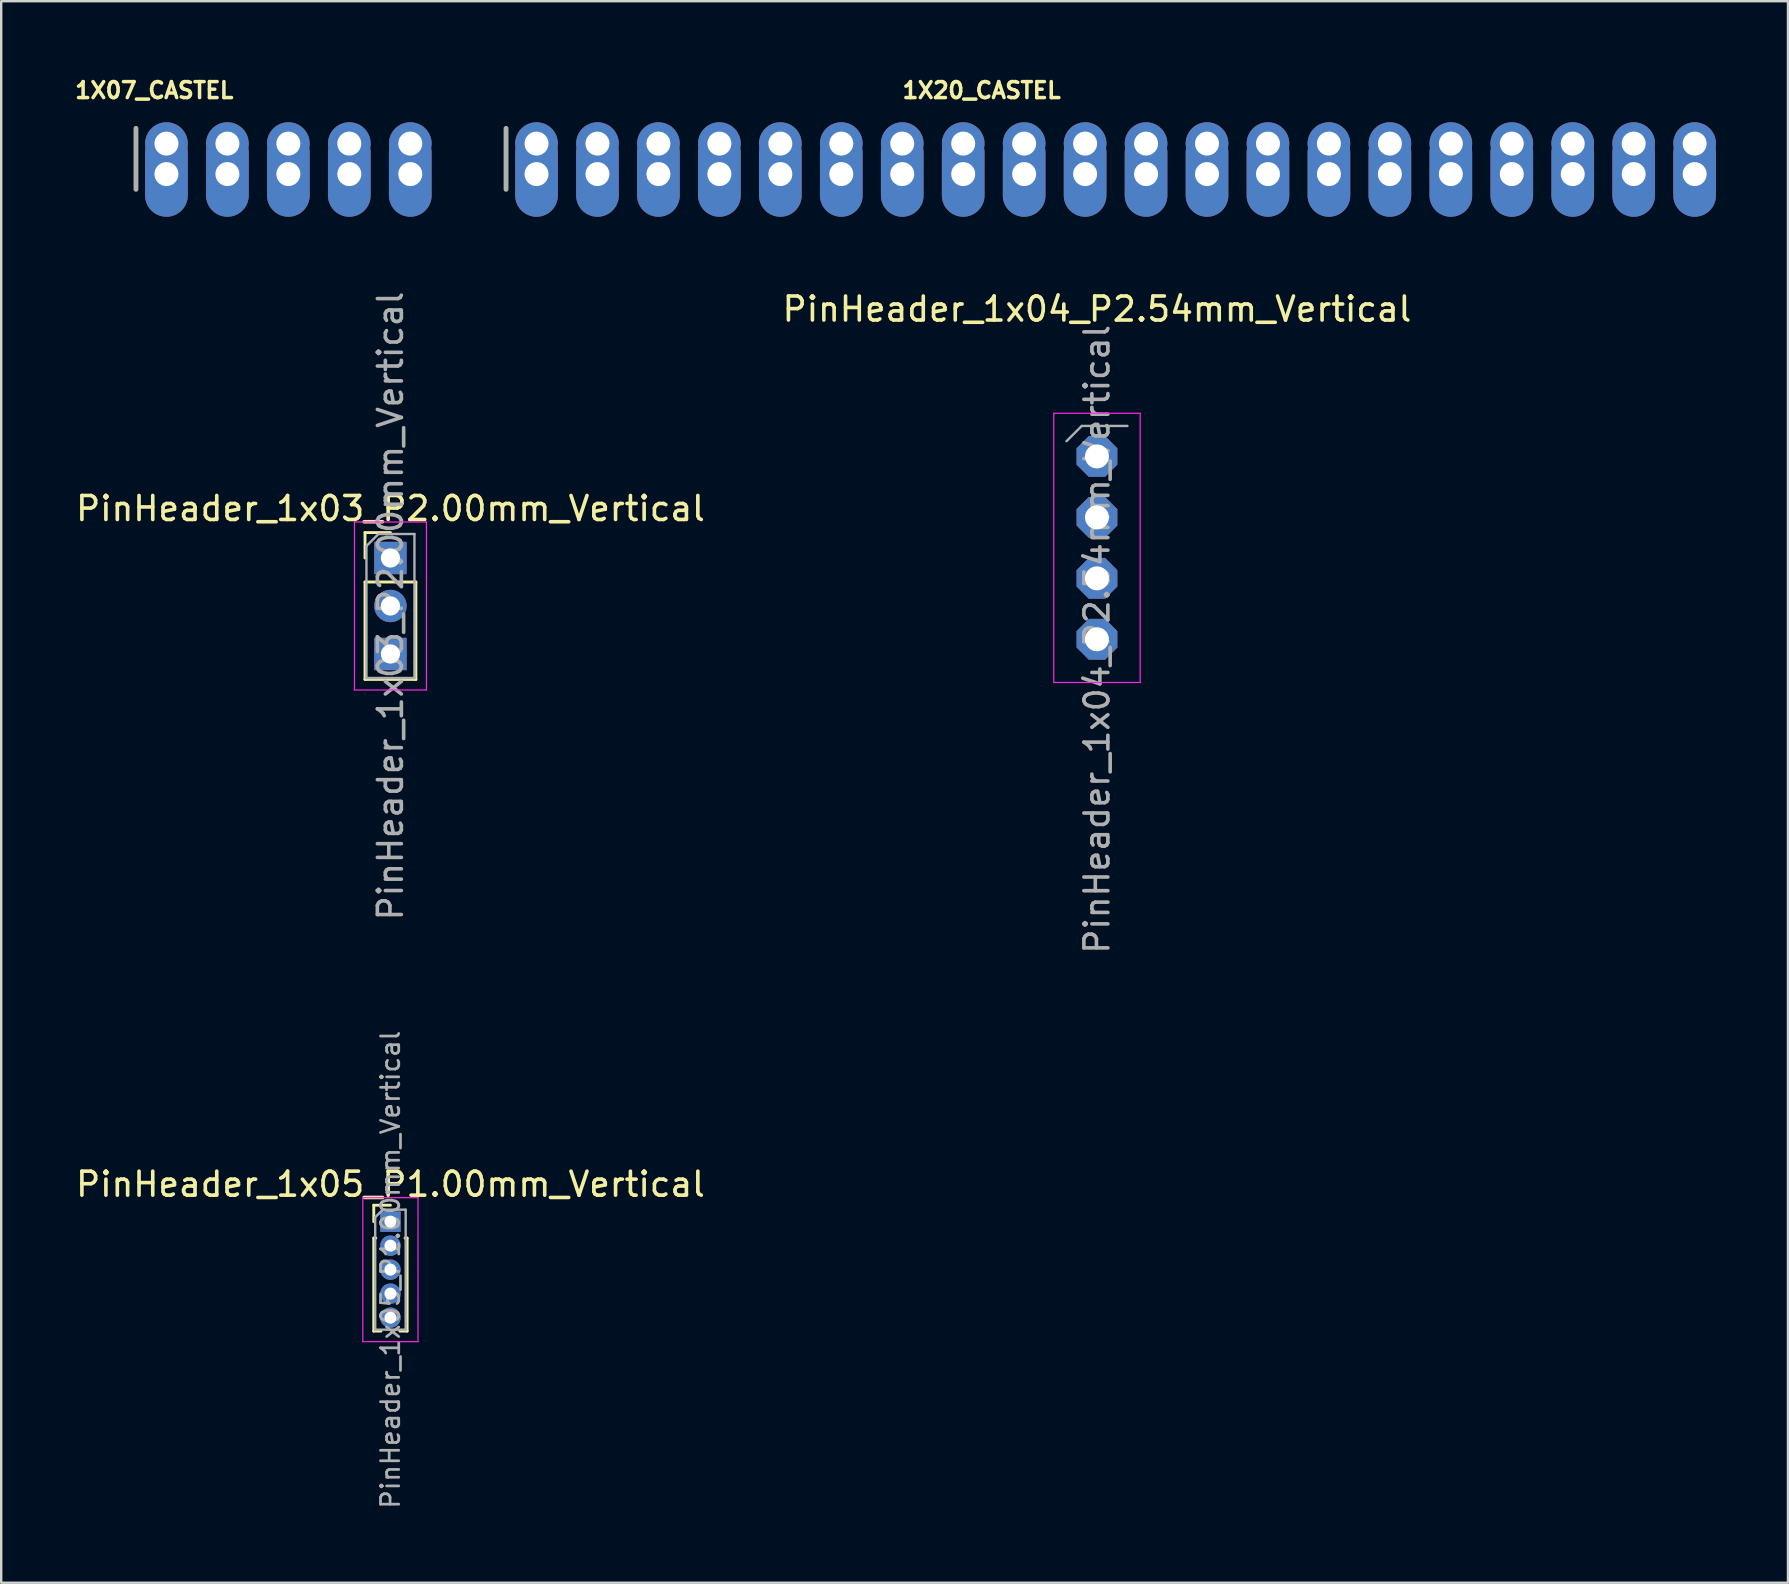
<source format=kicad_pcb>
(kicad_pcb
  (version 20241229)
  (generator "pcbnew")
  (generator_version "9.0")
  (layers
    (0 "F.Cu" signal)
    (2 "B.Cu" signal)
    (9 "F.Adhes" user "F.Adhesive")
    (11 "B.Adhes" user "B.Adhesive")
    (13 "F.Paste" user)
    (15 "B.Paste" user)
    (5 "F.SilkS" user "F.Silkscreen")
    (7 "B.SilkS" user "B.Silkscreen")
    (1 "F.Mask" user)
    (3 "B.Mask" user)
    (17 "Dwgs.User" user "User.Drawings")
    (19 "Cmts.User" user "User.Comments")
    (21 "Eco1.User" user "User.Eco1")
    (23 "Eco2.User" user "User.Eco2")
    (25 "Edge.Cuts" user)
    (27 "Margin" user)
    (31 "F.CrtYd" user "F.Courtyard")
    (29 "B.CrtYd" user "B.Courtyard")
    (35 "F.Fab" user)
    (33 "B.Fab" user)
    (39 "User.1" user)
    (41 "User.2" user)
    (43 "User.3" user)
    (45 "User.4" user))
  (footprint "1X07_CASTEL"
    (layer "F.Cu")
    (at 8.966 2.934)
    (property "Reference" "1X07_CASTEL" (at -8.966 -1.829 0) (unlocked yes) (layer "F.SilkS") (effects (font (size 0.666 0.666) (thickness 0.146)) (justify left bottom)))
    (fp_line (start -6.35 -0.635) (end -6.35 1.905) (stroke (width 0.203) (type solid)) (layer "F.Fab"))
    (fp_poly (pts (xy -5.334 0.254) (xy -4.826 0.254) (xy -4.826 -0.254) (xy -5.334 -0.254)) (stroke (width 0.1) (type default)) (fill no) (layer "F.Fab"))
    (fp_poly (pts (xy -5.334 1.524) (xy -4.826 1.524) (xy -4.826 1.016) (xy -5.334 1.016)) (stroke (width 0.1) (type default)) (fill no) (layer "F.Fab"))
    (fp_poly (pts (xy -2.794 0.254) (xy -2.286 0.254) (xy -2.286 -0.254) (xy -2.794 -0.254)) (stroke (width 0.1) (type default)) (fill no) (layer "F.Fab"))
    (fp_poly (pts (xy -2.794 1.524) (xy -2.286 1.524) (xy -2.286 1.016) (xy -2.794 1.016)) (stroke (width 0.1) (type default)) (fill no) (layer "F.Fab"))
    (fp_poly (pts (xy -0.254 0.254) (xy 0.254 0.254) (xy 0.254 -0.254) (xy -0.254 -0.254)) (stroke (width 0.1) (type default)) (fill no) (layer "F.Fab"))
    (fp_poly (pts (xy -0.254 1.524) (xy 0.254 1.524) (xy 0.254 1.016) (xy -0.254 1.016)) (stroke (width 0.1) (type default)) (fill no) (layer "F.Fab"))
    (fp_poly (pts (xy 2.286 0.254) (xy 2.794 0.254) (xy 2.794 -0.254) (xy 2.286 -0.254)) (stroke (width 0.1) (type default)) (fill no) (layer "F.Fab"))
    (fp_poly (pts (xy 2.286 1.524) (xy 2.794 1.524) (xy 2.794 1.016) (xy 2.286 1.016)) (stroke (width 0.1) (type default)) (fill no) (layer "F.Fab"))
    (fp_poly (pts (xy 4.826 0.254) (xy 5.334 0.254) (xy 5.334 -0.254) (xy 4.826 -0.254)) (stroke (width 0.1) (type default)) (fill no) (layer "F.Fab"))
    (fp_poly (pts (xy 4.826 1.524) (xy 5.334 1.524) (xy 5.334 1.016) (xy 4.826 1.016)) (stroke (width 0.1) (type default)) (fill no) (layer "F.Fab"))
    (pad "1" thru_hole circle (at -5.08 0 90) (size 1.778 1.778) (drill 1) (layers "*.Cu" "*.Mask"))
    (pad "1" thru_hole oval (at -5.08 1.27 90) (size 3.556 1.778) (drill 1) (layers "*.Cu" "*.Mask"))
    (pad "2" thru_hole circle (at -2.54 0 90) (size 1.778 1.778) (drill 1) (layers "*.Cu" "*.Mask"))
    (pad "2" thru_hole oval (at -2.54 1.27 90) (size 3.556 1.778) (drill 1) (layers "*.Cu" "*.Mask"))
    (pad "3" thru_hole circle (at 0 0 90) (size 1.778 1.778) (drill 1) (layers "*.Cu" "*.Mask"))
    (pad "3" thru_hole oval (at 0 1.27 90) (size 3.556 1.778) (drill 1) (layers "*.Cu" "*.Mask"))
    (pad "4" thru_hole circle (at 2.54 0 90) (size 1.778 1.778) (drill 1) (layers "*.Cu" "*.Mask"))
    (pad "4" thru_hole oval (at 2.54 1.27 90) (size 3.556 1.778) (drill 1) (layers "*.Cu" "*.Mask"))
    (pad "5" thru_hole circle (at 5.08 0 90) (size 1.778 1.778) (drill 1) (layers "*.Cu" "*.Mask"))
    (pad "5" thru_hole oval (at 5.08 1.27 90) (size 3.556 1.778) (drill 1) (layers "*.Cu" "*.Mask")))
  (footprint "PinHeader_1x03_P2.00mm_Vertical"
    (layer "F.Cu")
    (at 13.22 22.202)
    (property "Reference" "PinHeader_1x03_P2.00mm_Vertical" (at 0 -4.06 0) (layer "F.SilkS") (effects (font (size 1 1) (thickness 0.15))))
    (attr through_hole)
    (fp_line (start -1.06 -3.06) (end 0 -3.06) (stroke (width 0.12) (type solid)) (layer "F.SilkS"))
    (fp_line (start -1.06 -2) (end -1.06 -3.06) (stroke (width 0.12) (type solid)) (layer "F.SilkS"))
    (fp_line (start -1.06 -1) (end -1.06 3.06) (stroke (width 0.12) (type solid)) (layer "F.SilkS"))
    (fp_line (start -1.06 -1) (end 1.06 -1) (stroke (width 0.12) (type solid)) (layer "F.SilkS"))
    (fp_line (start -1.06 3.06) (end 1.06 3.06) (stroke (width 0.12) (type solid)) (layer "F.SilkS"))
    (fp_line (start 1.06 -1) (end 1.06 3.06) (stroke (width 0.12) (type solid)) (layer "F.SilkS"))
    (fp_line (start -1.5 -3.5) (end -1.5 3.5) (stroke (width 0.05) (type solid)) (layer "F.CrtYd"))
    (fp_line (start -1.5 3.5) (end 1.5 3.5) (stroke (width 0.05) (type solid)) (layer "F.CrtYd"))
    (fp_line (start 1.5 -3.5) (end -1.5 -3.5) (stroke (width 0.05) (type solid)) (layer "F.CrtYd"))
    (fp_line (start 1.5 3.5) (end 1.5 -3.5) (stroke (width 0.05) (type solid)) (layer "F.CrtYd"))
    (fp_line (start -1 -2.5) (end -0.5 -3) (stroke (width 0.1) (type solid)) (layer "F.Fab"))
    (fp_line (start -1 3) (end -1 -2.5) (stroke (width 0.1) (type solid)) (layer "F.Fab"))
    (fp_line (start -0.5 -3) (end 1 -3) (stroke (width 0.1) (type solid)) (layer "F.Fab"))
    (fp_line (start 1 -3) (end 1 3) (stroke (width 0.1) (type solid)) (layer "F.Fab"))
    (fp_line (start 1 3) (end -1 3) (stroke (width 0.1) (type solid)) (layer "F.Fab"))
    (fp_text user "${REFERENCE}" (at 0 0 90) (layer "F.Fab") (effects (font (size 1 1) (thickness 0.15))))
    (pad "1" thru_hole rect (at 0 -2) (size 1.35 1.35) (drill 0.8) (layers "*.Cu" "*.Mask"))
    (pad "2" thru_hole oval (at 0 0) (size 1.35 1.35) (drill 0.8) (layers "*.Cu" "*.Mask"))
    (pad "3" thru_hole rect (at 0 2) (size 1.35 1.35) (drill 0.8) (layers "*.Cu" "*.Mask")))
  (footprint "PinHeader_1x04_P2.54mm_Vertical"
    (layer "F.Cu")
    (at 42.661 19.78)
    (property "Reference" "PinHeader_1x04_P2.54mm_Vertical" (at 0 -9.95 0) (layer "F.SilkS") (effects (font (size 1 1) (thickness 0.15))))
    (attr through_hole)
    (fp_line (start -1.8 -5.61) (end -1.8 5.61) (stroke (width 0.05) (type solid)) (layer "F.CrtYd"))
    (fp_line (start 1.8 -5.61) (end -1.8 -5.61) (stroke (width 0.05) (type solid)) (layer "F.CrtYd"))
    (fp_line (start 1.8 5.61) (end -1.8 5.61) (stroke (width 0.05) (type solid)) (layer "F.CrtYd"))
    (fp_line (start 1.8 5.61) (end 1.8 -5.61) (stroke (width 0.05) (type solid)) (layer "F.CrtYd"))
    (fp_line (start -1.27 -4.445) (end -0.635 -5.08) (stroke (width 0.1) (type solid)) (layer "F.Fab"))
    (fp_line (start -0.635 -5.08) (end 1.27 -5.08) (stroke (width 0.1) (type solid)) (layer "F.Fab"))
    (fp_text user "${REFERENCE}" (at 0 3.81 90) (layer "F.Fab") (effects (font (size 1 1) (thickness 0.15))))
    (pad "1" thru_hole roundrect (at 0 -3.81) (size 1.7 1.7) (drill 1) (layers "*.Cu" "*.Mask") (roundrect_rratio 0) (chamfer_ratio 0.3) (chamfer top_left top_right bottom_left bottom_right))
    (pad "2" thru_hole roundrect (at 0 -1.27) (size 1.7 1.7) (drill 1) (layers "*.Cu" "*.Mask") (roundrect_rratio 0) (chamfer_ratio 0.3) (chamfer top_left top_right bottom_left bottom_right))
    (pad "3" thru_hole roundrect (at 0 1.27) (size 1.7 1.7) (drill 1) (layers "*.Cu" "*.Mask") (roundrect_rratio 0) (chamfer_ratio 0.3) (chamfer top_left top_right bottom_left bottom_right))
    (pad "4" thru_hole roundrect (at 0 3.81) (size 1.7 1.7) (drill 1) (layers "*.Cu" "*.Mask") (roundrect_rratio 0) (chamfer_ratio 0.3) (chamfer top_left top_right bottom_left bottom_right)))
  (footprint "PinHeader_1x05_P1.00mm_Vertical"
    (layer "F.Cu")
    (at 13.22 49.858)
    (property "Reference" "PinHeader_1x05_P1.00mm_Vertical" (at 0 -3.56 0) (layer "F.SilkS") (effects (font (size 1 1) (thickness 0.15))))
    (attr through_hole)
    (fp_line (start -0.695 -2.685) (end 0 -2.685) (stroke (width 0.12) (type solid)) (layer "F.SilkS"))
    (fp_line (start -0.695 -2) (end -0.695 -2.685) (stroke (width 0.12) (type solid)) (layer "F.SilkS"))
    (fp_line (start -0.695 -1.315) (end -0.695 2.56) (stroke (width 0.12) (type solid)) (layer "F.SilkS"))
    (fp_line (start -0.695 -1.315) (end -0.608 -1.315) (stroke (width 0.12) (type solid)) (layer "F.SilkS"))
    (fp_line (start -0.695 2.56) (end -0.394 2.56) (stroke (width 0.12) (type solid)) (layer "F.SilkS"))
    (fp_line (start 0.394 2.56) (end 0.695 2.56) (stroke (width 0.12) (type solid)) (layer "F.SilkS"))
    (fp_line (start 0.608 -1.315) (end 0.695 -1.315) (stroke (width 0.12) (type solid)) (layer "F.SilkS"))
    (fp_line (start 0.695 -1.315) (end 0.695 2.56) (stroke (width 0.12) (type solid)) (layer "F.SilkS"))
    (fp_line (start -1.15 -3) (end -1.15 3) (stroke (width 0.05) (type solid)) (layer "F.CrtYd"))
    (fp_line (start -1.15 3) (end 1.15 3) (stroke (width 0.05) (type solid)) (layer "F.CrtYd"))
    (fp_line (start 1.15 -3) (end -1.15 -3) (stroke (width 0.05) (type solid)) (layer "F.CrtYd"))
    (fp_line (start 1.15 3) (end 1.15 -3) (stroke (width 0.05) (type solid)) (layer "F.CrtYd"))
    (fp_line (start -0.635 -2.183) (end -0.318 -2.5) (stroke (width 0.1) (type solid)) (layer "F.Fab"))
    (fp_line (start -0.635 2.5) (end -0.635 -2.183) (stroke (width 0.1) (type solid)) (layer "F.Fab"))
    (fp_line (start -0.318 -2.5) (end 0.635 -2.5) (stroke (width 0.1) (type solid)) (layer "F.Fab"))
    (fp_line (start 0.635 -2.5) (end 0.635 2.5) (stroke (width 0.1) (type solid)) (layer "F.Fab"))
    (fp_line (start 0.635 2.5) (end -0.635 2.5) (stroke (width 0.1) (type solid)) (layer "F.Fab"))
    (fp_text user "${REFERENCE}" (at 0 0 90) (layer "F.Fab") (effects (font (size 0.76 0.76) (thickness 0.114))))
    (pad "1" thru_hole rect (at 0 -2) (size 0.85 0.85) (drill 0.5) (layers "*.Cu" "*.Mask"))
    (pad "2" thru_hole oval (at 0 -1) (size 0.85 0.85) (drill 0.5) (layers "*.Cu" "*.Mask"))
    (pad "3" thru_hole oval (at 0 0) (size 0.85 0.85) (drill 0.5) (layers "*.Cu" "*.Mask"))
    (pad "4" thru_hole oval (at 0 1) (size 0.85 0.85) (drill 0.5) (layers "*.Cu" "*.Mask"))
    (pad "5" thru_hole oval (at 0 2) (size 0.85 0.85) (drill 0.5) (layers "*.Cu" "*.Mask")))
  (footprint "1X20_CASTEL"
    (layer "F.Cu")
    (at 43.442 2.934)
    (property "Reference" "1X20_CASTEL" (at -8.966 -1.829 0) (unlocked yes) (layer "F.SilkS") (effects (font (size 0.666 0.666) (thickness 0.146)) (justify left bottom)))
    (fp_line (start -25.405 -0.635) (end -25.405 1.905) (stroke (width 0.203) (type solid)) (layer "F.Fab"))
    (fp_poly (pts (xy -24.389 0.254) (xy -23.881 0.254) (xy -23.881 -0.254) (xy -24.389 -0.254)) (stroke (width 0.1) (type default)) (fill no) (layer "F.Fab"))
    (fp_poly (pts (xy -24.389 0.254) (xy -23.881 0.254) (xy -23.881 -0.254) (xy -24.389 -0.254)) (stroke (width 0.1) (type default)) (fill no) (layer "F.Fab"))
    (fp_poly (pts (xy -24.389 0.254) (xy -23.881 0.254) (xy -23.881 -0.254) (xy -24.389 -0.254)) (stroke (width 0.1) (type default)) (fill no) (layer "F.Fab"))
    (fp_poly (pts (xy -24.389 1.524) (xy -23.881 1.524) (xy -23.881 1.016) (xy -24.389 1.016)) (stroke (width 0.1) (type default)) (fill no) (layer "F.Fab"))
    (pad "1" thru_hole circle (at -24.135 0 90) (size 1.778 1.778) (drill 1) (layers "*.Cu" "*.Mask"))
    (pad "1" thru_hole oval (at -24.135 1.27 90) (size 3.556 1.778) (drill 1) (layers "*.Cu" "*.Mask"))
    (pad "2" thru_hole circle (at -21.595 0 90) (size 1.778 1.778) (drill 1) (layers "*.Cu" "*.Mask"))
    (pad "2" thru_hole oval (at -21.595 1.27 90) (size 3.556 1.778) (drill 1) (layers "*.Cu" "*.Mask"))
    (pad "3" thru_hole circle (at -19.055 0 90) (size 1.778 1.778) (drill 1) (layers "*.Cu" "*.Mask"))
    (pad "3" thru_hole oval (at -19.055 1.27 90) (size 3.556 1.778) (drill 1) (layers "*.Cu" "*.Mask"))
    (pad "4" thru_hole circle (at -16.515 0 90) (size 1.778 1.778) (drill 1) (layers "*.Cu" "*.Mask"))
    (pad "4" thru_hole oval (at -16.515 1.27 90) (size 3.556 1.778) (drill 1) (layers "*.Cu" "*.Mask"))
    (pad "5" thru_hole circle (at -13.975 0 90) (size 1.778 1.778) (drill 1) (layers "*.Cu" "*.Mask"))
    (pad "5" thru_hole oval (at -13.975 1.27 90) (size 3.556 1.778) (drill 1) (layers "*.Cu" "*.Mask"))
    (pad "6" thru_hole circle (at -11.435 0 90) (size 1.778 1.778) (drill 1) (layers "*.Cu" "*.Mask"))
    (pad "6" thru_hole oval (at -11.435 1.27 90) (size 3.556 1.778) (drill 1) (layers "*.Cu" "*.Mask"))
    (pad "7" thru_hole circle (at -8.895 0 90) (size 1.778 1.778) (drill 1) (layers "*.Cu" "*.Mask"))
    (pad "7" thru_hole oval (at -8.895 1.27 90) (size 3.556 1.778) (drill 1) (layers "*.Cu" "*.Mask"))
    (pad "8" thru_hole circle (at -6.355 0 90) (size 1.778 1.778) (drill 1) (layers "*.Cu" "*.Mask"))
    (pad "8" thru_hole oval (at -6.355 1.27 90) (size 3.556 1.778) (drill 1) (layers "*.Cu" "*.Mask"))
    (pad "9" thru_hole circle (at -3.815 0 90) (size 1.778 1.778) (drill 1) (layers "*.Cu" "*.Mask"))
    (pad "9" thru_hole oval (at -3.815 1.27 90) (size 3.556 1.778) (drill 1) (layers "*.Cu" "*.Mask"))
    (pad "10" thru_hole circle (at -1.275 0 90) (size 1.778 1.778) (drill 1) (layers "*.Cu" "*.Mask"))
    (pad "10" thru_hole oval (at -1.275 1.27 90) (size 3.556 1.778) (drill 1) (layers "*.Cu" "*.Mask"))
    (pad "11" thru_hole circle (at 1.265 0 90) (size 1.778 1.778) (drill 1) (layers "*.Cu" "*.Mask"))
    (pad "11" thru_hole oval (at 1.265 1.27 90) (size 3.556 1.778) (drill 1) (layers "*.Cu" "*.Mask"))
    (pad "12" thru_hole circle (at 3.805 0 90) (size 1.778 1.778) (drill 1) (layers "*.Cu" "*.Mask"))
    (pad "12" thru_hole oval (at 3.805 1.27 90) (size 3.556 1.778) (drill 1) (layers "*.Cu" "*.Mask"))
    (pad "13" thru_hole circle (at 6.345 0 90) (size 1.778 1.778) (drill 1) (layers "*.Cu" "*.Mask"))
    (pad "13" thru_hole oval (at 6.345 1.27 90) (size 3.556 1.778) (drill 1) (layers "*.Cu" "*.Mask"))
    (pad "14" thru_hole circle (at 8.885 0 90) (size 1.778 1.778) (drill 1) (layers "*.Cu" "*.Mask"))
    (pad "14" thru_hole oval (at 8.885 1.27 90) (size 3.556 1.778) (drill 1) (layers "*.Cu" "*.Mask"))
    (pad "15" thru_hole circle (at 11.425 0 90) (size 1.778 1.778) (drill 1) (layers "*.Cu" "*.Mask"))
    (pad "15" thru_hole oval (at 11.425 1.27 90) (size 3.556 1.778) (drill 1) (layers "*.Cu" "*.Mask"))
    (pad "16" thru_hole circle (at 13.965 0 90) (size 1.778 1.778) (drill 1) (layers "*.Cu" "*.Mask"))
    (pad "16" thru_hole oval (at 13.965 1.27 90) (size 3.556 1.778) (drill 1) (layers "*.Cu" "*.Mask"))
    (pad "17" thru_hole circle (at 16.505 0 90) (size 1.778 1.778) (drill 1) (layers "*.Cu" "*.Mask"))
    (pad "17" thru_hole oval (at 16.505 1.27 90) (size 3.556 1.778) (drill 1) (layers "*.Cu" "*.Mask"))
    (pad "18" thru_hole circle (at 19.045 0 90) (size 1.778 1.778) (drill 1) (layers "*.Cu" "*.Mask"))
    (pad "18" thru_hole oval (at 19.045 1.27 90) (size 3.556 1.778) (drill 1) (layers "*.Cu" "*.Mask"))
    (pad "19" thru_hole circle (at 21.585 0 90) (size 1.778 1.778) (drill 1) (layers "*.Cu" "*.Mask"))
    (pad "19" thru_hole oval (at 21.585 1.27 90) (size 3.556 1.778) (drill 1) (layers "*.Cu" "*.Mask"))
    (pad "20" thru_hole circle (at 24.125 0 90) (size 1.778 1.778) (drill 1) (layers "*.Cu" "*.Mask"))
    (pad "20" thru_hole oval (at 24.125 1.27 90) (size 3.556 1.778) (drill 1) (layers "*.Cu" "*.Mask")))
  (gr_rect
    (start -3 -3)
    (end 71.456 62.905)
    (stroke (width 0.1) (type default))
    (fill no)
    (layer "Edge.Cuts")))
</source>
